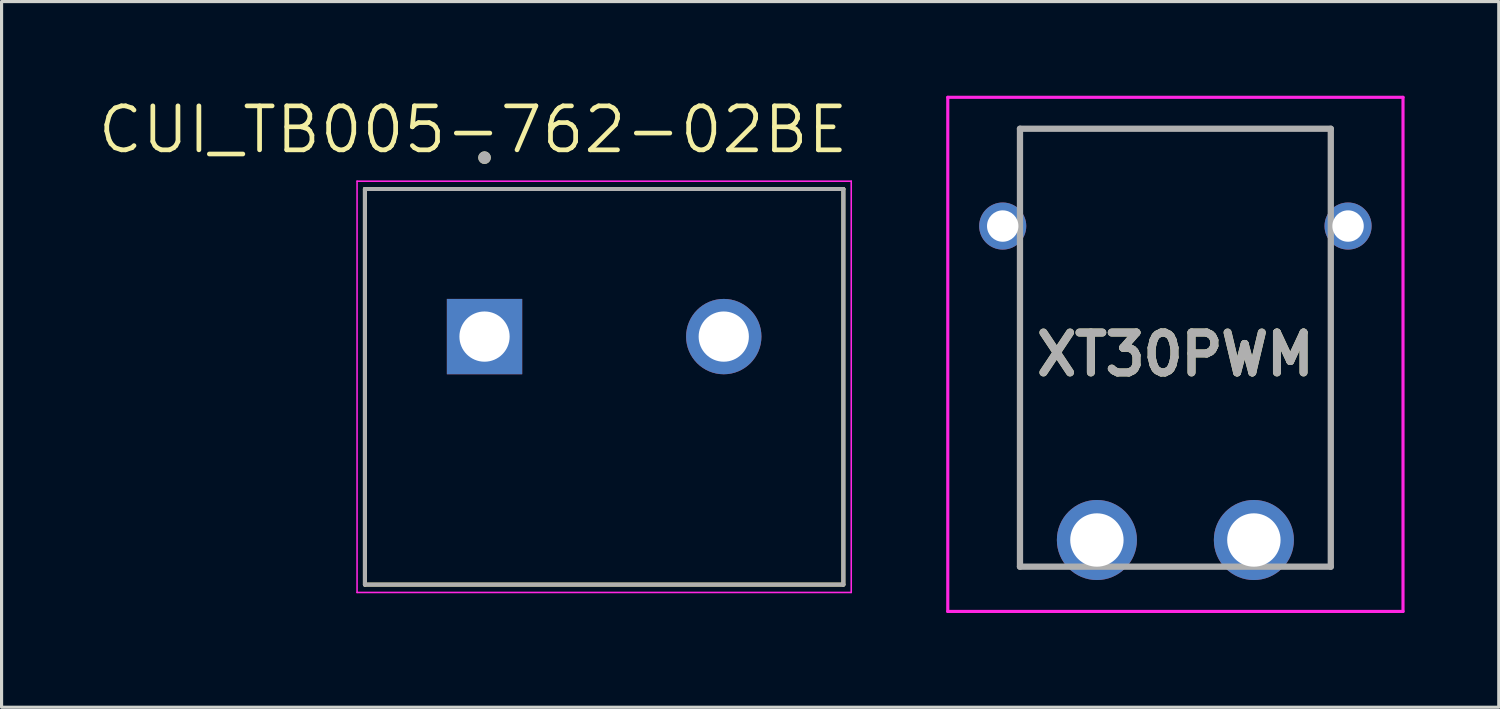
<source format=kicad_pcb>
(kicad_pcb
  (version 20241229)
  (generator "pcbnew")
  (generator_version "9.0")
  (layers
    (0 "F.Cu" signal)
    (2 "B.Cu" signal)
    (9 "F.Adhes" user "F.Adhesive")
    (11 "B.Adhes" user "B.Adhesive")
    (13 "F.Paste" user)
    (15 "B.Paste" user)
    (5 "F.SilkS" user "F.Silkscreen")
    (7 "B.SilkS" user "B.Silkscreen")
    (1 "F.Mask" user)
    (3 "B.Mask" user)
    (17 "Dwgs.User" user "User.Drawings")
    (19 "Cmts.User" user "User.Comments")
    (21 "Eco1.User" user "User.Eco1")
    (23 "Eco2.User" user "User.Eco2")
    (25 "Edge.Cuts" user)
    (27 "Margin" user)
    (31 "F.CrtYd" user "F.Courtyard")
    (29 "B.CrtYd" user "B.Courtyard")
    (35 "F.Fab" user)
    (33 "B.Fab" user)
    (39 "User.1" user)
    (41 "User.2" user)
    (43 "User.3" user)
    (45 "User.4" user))
  (footprint "CUI_TB005-762-02BE"
    (layer "F.Cu")
    (at 12.383 7.671)
    (property "Reference" "CUI_TB005-762-02BE" (at -0.365 -6.589 0) (layer "F.SilkS") (effects (font (size 1.4 1.4) (thickness 0.15))))
    (attr through_hole)
    (fp_line (start -3.81 -4.7) (end 11.43 -4.7) (stroke (width 0.127) (type solid)) (layer "F.SilkS"))
    (fp_line (start -3.81 7.9) (end -3.81 -4.7) (stroke (width 0.127) (type solid)) (layer "F.SilkS"))
    (fp_line (start 11.43 -4.7) (end 11.43 7.9) (stroke (width 0.127) (type solid)) (layer "F.SilkS"))
    (fp_line (start 11.43 7.9) (end -3.81 7.9) (stroke (width 0.127) (type solid)) (layer "F.SilkS"))
    (fp_circle (center 0 -5.7) (end 0.1 -5.7) (stroke (width 0.2) (type solid)) (fill no) (layer "F.SilkS"))
    (fp_line (start -4.06 -4.95) (end 11.68 -4.95) (stroke (width 0.05) (type solid)) (layer "F.CrtYd"))
    (fp_line (start -4.06 8.15) (end -4.06 -4.95) (stroke (width 0.05) (type solid)) (layer "F.CrtYd"))
    (fp_line (start 11.68 -4.95) (end 11.68 8.15) (stroke (width 0.05) (type solid)) (layer "F.CrtYd"))
    (fp_line (start 11.68 8.15) (end -4.06 8.15) (stroke (width 0.05) (type solid)) (layer "F.CrtYd"))
    (fp_line (start -3.81 -4.7) (end 11.43 -4.7) (stroke (width 0.127) (type solid)) (layer "F.Fab"))
    (fp_line (start -3.81 7.9) (end -3.81 -4.7) (stroke (width 0.127) (type solid)) (layer "F.Fab"))
    (fp_line (start 11.43 -4.7) (end 11.43 7.9) (stroke (width 0.127) (type solid)) (layer "F.Fab"))
    (fp_line (start 11.43 7.9) (end -3.81 7.9) (stroke (width 0.127) (type solid)) (layer "F.Fab"))
    (fp_circle (center 0 -5.7) (end 0.1 -5.7) (stroke (width 0.2) (type solid)) (fill no) (layer "F.Fab"))
    (pad "1" thru_hole rect (at 0 0) (size 2.4 2.4) (drill 1.6) (layers "*.Cu" "*.Mask"))
    (pad "2" thru_hole circle (at 7.62 0) (size 2.4 2.4) (drill 1.6) (layers "*.Cu" "*.Mask")))
  (footprint "XT30PWM"
    (layer "F.Cu")
    (at 34.388 8.238)
    (property "Reference" "XT30PWM" (at 0 0 0) (layer "F.SilkS") (effects (font (size 1.27 1.27) (thickness 0.254))))
    (attr through_hole)
    (fp_line (start -4.95 -7.187) (end 4.95 -7.187) (stroke (width 0.1) (type solid)) (layer "F.SilkS"))
    (fp_line (start -4.95 -5.237) (end -4.95 -7.187) (stroke (width 0.1) (type solid)) (layer "F.SilkS"))
    (fp_line (start -4.95 -2.737) (end -4.95 6.762) (stroke (width 0.1) (type solid)) (layer "F.SilkS"))
    (fp_line (start -4.95 6.762) (end -4 6.762) (stroke (width 0.1) (type solid)) (layer "F.SilkS"))
    (fp_line (start 4 6.762) (end 4.95 6.762) (stroke (width 0.1) (type solid)) (layer "F.SilkS"))
    (fp_line (start 4.95 -7.187) (end 4.95 -5.237) (stroke (width 0.1) (type solid)) (layer "F.SilkS"))
    (fp_line (start 4.95 6.762) (end 4.95 -2.737) (stroke (width 0.1) (type solid)) (layer "F.SilkS"))
    (fp_line (start -7.25 -8.188) (end 7.25 -8.188) (stroke (width 0.1) (type solid)) (layer "F.CrtYd"))
    (fp_line (start -7.25 8.188) (end -7.25 -8.188) (stroke (width 0.1) (type solid)) (layer "F.CrtYd"))
    (fp_line (start 7.25 -8.188) (end 7.25 8.188) (stroke (width 0.1) (type solid)) (layer "F.CrtYd"))
    (fp_line (start 7.25 8.188) (end -7.25 8.188) (stroke (width 0.1) (type solid)) (layer "F.CrtYd"))
    (fp_line (start -4.95 -7.187) (end 4.95 -7.187) (stroke (width 0.2) (type solid)) (layer "F.Fab"))
    (fp_line (start -4.95 6.762) (end -4.95 -7.187) (stroke (width 0.2) (type solid)) (layer "F.Fab"))
    (fp_line (start 4.95 -7.187) (end 4.95 6.762) (stroke (width 0.2) (type solid)) (layer "F.Fab"))
    (fp_line (start 4.95 6.762) (end -4.95 6.762) (stroke (width 0.2) (type solid)) (layer "F.Fab"))
    (fp_text user "${REFERENCE}" (at 0 0 0) (layer "F.Fab") (effects (font (size 1.27 1.27) (thickness 0.254))))
    (pad "1" thru_hole circle (at -2.5 5.912) (size 2.55 2.55) (drill 1.7) (layers "*.Cu" "*.Mask"))
    (pad "2" thru_hole circle (at 2.5 5.912) (size 2.55 2.55) (drill 1.7) (layers "*.Cu" "*.Mask"))
    (pad "3" thru_hole circle (at 5.5 -4.088) (size 1.5 1.5) (drill 1) (layers "*.Cu" "*.Mask"))
    (pad "4" thru_hole circle (at -5.5 -4.088) (size 1.5 1.5) (drill 1) (layers "*.Cu" "*.Mask")))
  (gr_rect
    (start -3 -3)
    (end 44.688 19.476)
    (stroke (width 0.1) (type default))
    (fill no)
    (layer "Edge.Cuts")))
</source>
